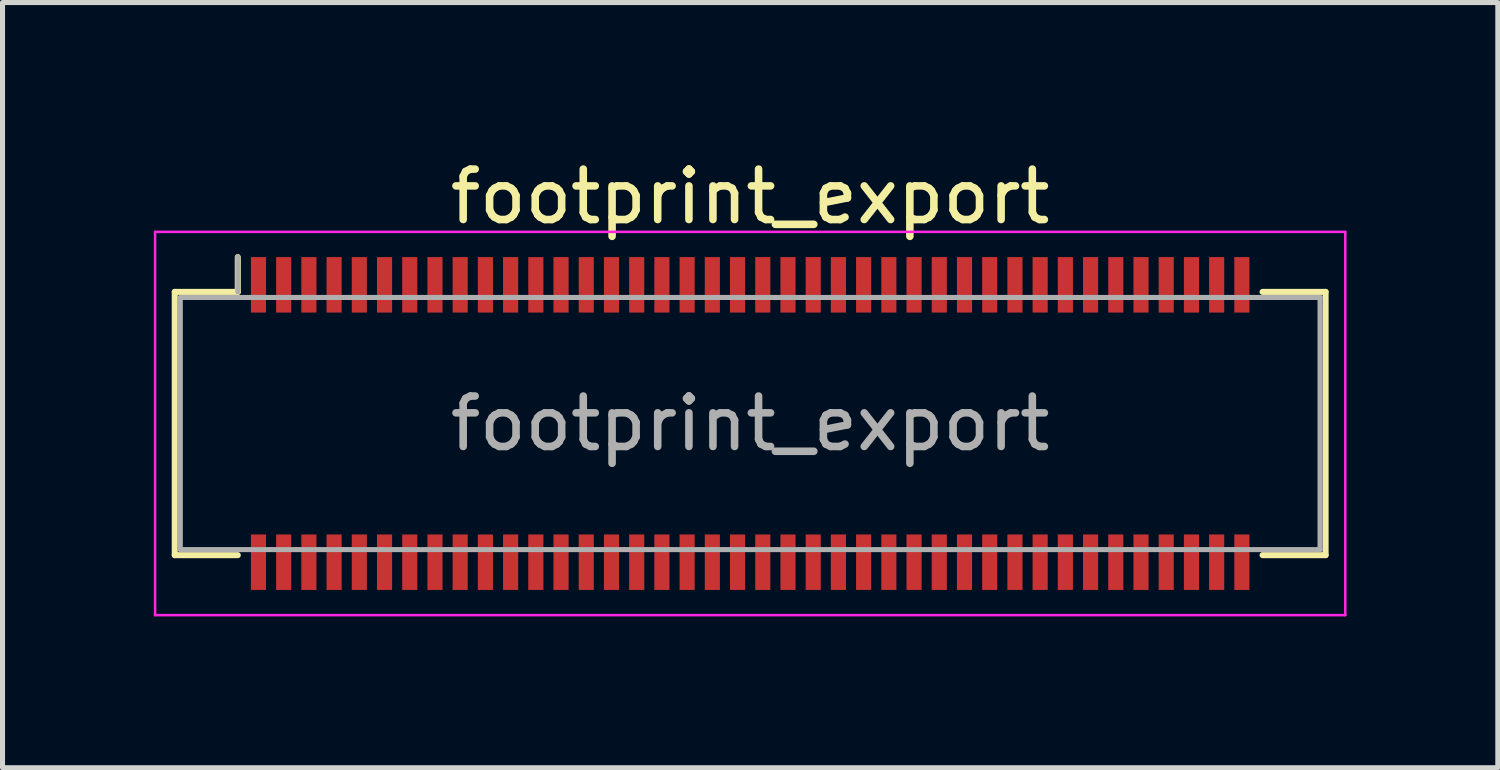
<source format=kicad_pcb>
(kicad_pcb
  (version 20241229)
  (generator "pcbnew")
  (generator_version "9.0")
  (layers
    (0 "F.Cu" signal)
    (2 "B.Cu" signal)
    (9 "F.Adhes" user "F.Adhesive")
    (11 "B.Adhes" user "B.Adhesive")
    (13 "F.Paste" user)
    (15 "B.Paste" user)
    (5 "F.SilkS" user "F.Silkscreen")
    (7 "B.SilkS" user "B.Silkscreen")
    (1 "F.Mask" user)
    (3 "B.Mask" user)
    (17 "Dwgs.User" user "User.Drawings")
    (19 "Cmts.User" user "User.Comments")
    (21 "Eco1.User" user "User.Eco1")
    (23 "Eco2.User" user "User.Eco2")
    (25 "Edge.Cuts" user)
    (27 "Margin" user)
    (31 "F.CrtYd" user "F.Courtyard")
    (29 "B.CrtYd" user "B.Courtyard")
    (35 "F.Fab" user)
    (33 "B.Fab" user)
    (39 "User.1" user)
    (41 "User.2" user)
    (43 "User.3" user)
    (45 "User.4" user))
  (footprint "footprint_export"
    (layer "F.Cu")
    (at 11.825 5.348)
    (property "Reference" "footprint_export" (at 0 -4.5 0) (layer "F.SilkS") (effects (font (size 1 1) (thickness 0.15))))
    (attr smd)
    (fp_line (start -11.41 -2.61) (end -10.16 -2.61) (stroke (width 0.12) (type solid)) (layer "F.SilkS"))
    (fp_line (start -11.41 2.61) (end -11.41 -2.61) (stroke (width 0.12) (type solid)) (layer "F.SilkS"))
    (fp_line (start -10.16 -2.61) (end -10.16 -3.3) (stroke (width 0.12) (type solid)) (layer "F.SilkS"))
    (fp_line (start -10.16 2.61) (end -11.41 2.61) (stroke (width 0.12) (type solid)) (layer "F.SilkS"))
    (fp_line (start 10.16 2.61) (end 11.41 2.61) (stroke (width 0.12) (type solid)) (layer "F.SilkS"))
    (fp_line (start 11.41 -2.61) (end 10.16 -2.61) (stroke (width 0.12) (type solid)) (layer "F.SilkS"))
    (fp_line (start 11.41 2.61) (end 11.41 -2.61) (stroke (width 0.12) (type solid)) (layer "F.SilkS"))
    (fp_line (start -11.8 -3.8) (end -11.8 3.8) (stroke (width 0.05) (type solid)) (layer "F.CrtYd"))
    (fp_line (start -11.8 3.8) (end 11.8 3.8) (stroke (width 0.05) (type solid)) (layer "F.CrtYd"))
    (fp_line (start 11.8 -3.8) (end -11.8 -3.8) (stroke (width 0.05) (type solid)) (layer "F.CrtYd"))
    (fp_line (start 11.8 3.8) (end 11.8 -3.8) (stroke (width 0.05) (type solid)) (layer "F.CrtYd"))
    (fp_line (start -11.3 -2.5) (end -11.3 2.5) (stroke (width 0.1) (type solid)) (layer "F.Fab"))
    (fp_line (start -11.3 2.5) (end 11.3 2.5) (stroke (width 0.1) (type solid)) (layer "F.Fab"))
    (fp_line (start -10.16 -2.61) (end -10.16 -3.3) (stroke (width 0.1) (type solid)) (layer "F.Fab"))
    (fp_line (start 11.3 -2.5) (end -11.3 -2.5) (stroke (width 0.1) (type solid)) (layer "F.Fab"))
    (fp_line (start 11.3 2.5) (end 11.3 -2.5) (stroke (width 0.1) (type solid)) (layer "F.Fab"))
    (fp_text user "${REFERENCE}" (at 0 0 0) (layer "F.Fab") (effects (font (size 1 1) (thickness 0.15))))
    (pad "1" smd rect (at -9.75 -2.75) (size 0.3 1.1) (layers "F.Cu" "F.Mask" "F.Paste"))
    (pad "2" smd rect (at -9.75 2.75) (size 0.3 1.1) (layers "F.Cu" "F.Mask" "F.Paste"))
    (pad "3" smd rect (at -9.25 -2.75) (size 0.3 1.1) (layers "F.Cu" "F.Mask" "F.Paste"))
    (pad "4" smd rect (at -9.25 2.75) (size 0.3 1.1) (layers "F.Cu" "F.Mask" "F.Paste"))
    (pad "5" smd rect (at -8.75 -2.75) (size 0.3 1.1) (layers "F.Cu" "F.Mask" "F.Paste"))
    (pad "6" smd rect (at -8.75 2.75) (size 0.3 1.1) (layers "F.Cu" "F.Mask" "F.Paste"))
    (pad "7" smd rect (at -8.25 -2.75) (size 0.3 1.1) (layers "F.Cu" "F.Mask" "F.Paste"))
    (pad "8" smd rect (at -8.25 2.75) (size 0.3 1.1) (layers "F.Cu" "F.Mask" "F.Paste"))
    (pad "9" smd rect (at -7.75 -2.75) (size 0.3 1.1) (layers "F.Cu" "F.Mask" "F.Paste"))
    (pad "10" smd rect (at -7.75 2.75) (size 0.3 1.1) (layers "F.Cu" "F.Mask" "F.Paste"))
    (pad "11" smd rect (at -7.25 -2.75) (size 0.3 1.1) (layers "F.Cu" "F.Mask" "F.Paste"))
    (pad "12" smd rect (at -7.25 2.75) (size 0.3 1.1) (layers "F.Cu" "F.Mask" "F.Paste"))
    (pad "13" smd rect (at -6.75 -2.75) (size 0.3 1.1) (layers "F.Cu" "F.Mask" "F.Paste"))
    (pad "14" smd rect (at -6.75 2.75) (size 0.3 1.1) (layers "F.Cu" "F.Mask" "F.Paste"))
    (pad "15" smd rect (at -6.25 -2.75) (size 0.3 1.1) (layers "F.Cu" "F.Mask" "F.Paste"))
    (pad "16" smd rect (at -6.25 2.75) (size 0.3 1.1) (layers "F.Cu" "F.Mask" "F.Paste"))
    (pad "17" smd rect (at -5.75 -2.75) (size 0.3 1.1) (layers "F.Cu" "F.Mask" "F.Paste"))
    (pad "18" smd rect (at -5.75 2.75) (size 0.3 1.1) (layers "F.Cu" "F.Mask" "F.Paste"))
    (pad "19" smd rect (at -5.25 -2.75) (size 0.3 1.1) (layers "F.Cu" "F.Mask" "F.Paste"))
    (pad "20" smd rect (at -5.25 2.75) (size 0.3 1.1) (layers "F.Cu" "F.Mask" "F.Paste"))
    (pad "21" smd rect (at -4.75 -2.75) (size 0.3 1.1) (layers "F.Cu" "F.Mask" "F.Paste"))
    (pad "22" smd rect (at -4.75 2.75) (size 0.3 1.1) (layers "F.Cu" "F.Mask" "F.Paste"))
    (pad "23" smd rect (at -4.25 -2.75) (size 0.3 1.1) (layers "F.Cu" "F.Mask" "F.Paste"))
    (pad "24" smd rect (at -4.25 2.75) (size 0.3 1.1) (layers "F.Cu" "F.Mask" "F.Paste"))
    (pad "25" smd rect (at -3.75 -2.75) (size 0.3 1.1) (layers "F.Cu" "F.Mask" "F.Paste"))
    (pad "26" smd rect (at -3.75 2.75) (size 0.3 1.1) (layers "F.Cu" "F.Mask" "F.Paste"))
    (pad "27" smd rect (at -3.25 -2.75) (size 0.3 1.1) (layers "F.Cu" "F.Mask" "F.Paste"))
    (pad "28" smd rect (at -3.25 2.75) (size 0.3 1.1) (layers "F.Cu" "F.Mask" "F.Paste"))
    (pad "29" smd rect (at -2.75 -2.75) (size 0.3 1.1) (layers "F.Cu" "F.Mask" "F.Paste"))
    (pad "30" smd rect (at -2.75 2.75) (size 0.3 1.1) (layers "F.Cu" "F.Mask" "F.Paste"))
    (pad "31" smd rect (at -2.25 -2.75) (size 0.3 1.1) (layers "F.Cu" "F.Mask" "F.Paste"))
    (pad "32" smd rect (at -2.25 2.75) (size 0.3 1.1) (layers "F.Cu" "F.Mask" "F.Paste"))
    (pad "33" smd rect (at -1.75 -2.75) (size 0.3 1.1) (layers "F.Cu" "F.Mask" "F.Paste"))
    (pad "34" smd rect (at -1.75 2.75) (size 0.3 1.1) (layers "F.Cu" "F.Mask" "F.Paste"))
    (pad "35" smd rect (at -1.25 -2.75) (size 0.3 1.1) (layers "F.Cu" "F.Mask" "F.Paste"))
    (pad "36" smd rect (at -1.25 2.75) (size 0.3 1.1) (layers "F.Cu" "F.Mask" "F.Paste"))
    (pad "37" smd rect (at -0.75 -2.75) (size 0.3 1.1) (layers "F.Cu" "F.Mask" "F.Paste"))
    (pad "38" smd rect (at -0.75 2.75) (size 0.3 1.1) (layers "F.Cu" "F.Mask" "F.Paste"))
    (pad "39" smd rect (at -0.25 -2.75) (size 0.3 1.1) (layers "F.Cu" "F.Mask" "F.Paste"))
    (pad "40" smd rect (at -0.25 2.75) (size 0.3 1.1) (layers "F.Cu" "F.Mask" "F.Paste"))
    (pad "41" smd rect (at 0.25 -2.75) (size 0.3 1.1) (layers "F.Cu" "F.Mask" "F.Paste"))
    (pad "42" smd rect (at 0.25 2.75) (size 0.3 1.1) (layers "F.Cu" "F.Mask" "F.Paste"))
    (pad "43" smd rect (at 0.75 -2.75) (size 0.3 1.1) (layers "F.Cu" "F.Mask" "F.Paste"))
    (pad "44" smd rect (at 0.75 2.75) (size 0.3 1.1) (layers "F.Cu" "F.Mask" "F.Paste"))
    (pad "45" smd rect (at 1.25 -2.75) (size 0.3 1.1) (layers "F.Cu" "F.Mask" "F.Paste"))
    (pad "46" smd rect (at 1.25 2.75) (size 0.3 1.1) (layers "F.Cu" "F.Mask" "F.Paste"))
    (pad "47" smd rect (at 1.75 -2.75) (size 0.3 1.1) (layers "F.Cu" "F.Mask" "F.Paste"))
    (pad "48" smd rect (at 1.75 2.75) (size 0.3 1.1) (layers "F.Cu" "F.Mask" "F.Paste"))
    (pad "49" smd rect (at 2.25 -2.75) (size 0.3 1.1) (layers "F.Cu" "F.Mask" "F.Paste"))
    (pad "50" smd rect (at 2.25 2.75) (size 0.3 1.1) (layers "F.Cu" "F.Mask" "F.Paste"))
    (pad "51" smd rect (at 2.75 -2.75) (size 0.3 1.1) (layers "F.Cu" "F.Mask" "F.Paste"))
    (pad "52" smd rect (at 2.75 2.75) (size 0.3 1.1) (layers "F.Cu" "F.Mask" "F.Paste"))
    (pad "53" smd rect (at 3.25 -2.75) (size 0.3 1.1) (layers "F.Cu" "F.Mask" "F.Paste"))
    (pad "54" smd rect (at 3.25 2.75) (size 0.3 1.1) (layers "F.Cu" "F.Mask" "F.Paste"))
    (pad "55" smd rect (at 3.75 -2.75) (size 0.3 1.1) (layers "F.Cu" "F.Mask" "F.Paste"))
    (pad "56" smd rect (at 3.75 2.75) (size 0.3 1.1) (layers "F.Cu" "F.Mask" "F.Paste"))
    (pad "57" smd rect (at 4.25 -2.75) (size 0.3 1.1) (layers "F.Cu" "F.Mask" "F.Paste"))
    (pad "58" smd rect (at 4.25 2.75) (size 0.3 1.1) (layers "F.Cu" "F.Mask" "F.Paste"))
    (pad "59" smd rect (at 4.75 -2.75) (size 0.3 1.1) (layers "F.Cu" "F.Mask" "F.Paste"))
    (pad "60" smd rect (at 4.75 2.75) (size 0.3 1.1) (layers "F.Cu" "F.Mask" "F.Paste"))
    (pad "61" smd rect (at 5.25 -2.75) (size 0.3 1.1) (layers "F.Cu" "F.Mask" "F.Paste"))
    (pad "62" smd rect (at 5.25 2.75) (size 0.3 1.1) (layers "F.Cu" "F.Mask" "F.Paste"))
    (pad "63" smd rect (at 5.75 -2.75) (size 0.3 1.1) (layers "F.Cu" "F.Mask" "F.Paste"))
    (pad "64" smd rect (at 5.75 2.75) (size 0.3 1.1) (layers "F.Cu" "F.Mask" "F.Paste"))
    (pad "65" smd rect (at 6.25 -2.75) (size 0.3 1.1) (layers "F.Cu" "F.Mask" "F.Paste"))
    (pad "66" smd rect (at 6.25 2.75) (size 0.3 1.1) (layers "F.Cu" "F.Mask" "F.Paste"))
    (pad "67" smd rect (at 6.75 -2.75) (size 0.3 1.1) (layers "F.Cu" "F.Mask" "F.Paste"))
    (pad "68" smd rect (at 6.75 2.75) (size 0.3 1.1) (layers "F.Cu" "F.Mask" "F.Paste"))
    (pad "69" smd rect (at 7.25 -2.75) (size 0.3 1.1) (layers "F.Cu" "F.Mask" "F.Paste"))
    (pad "70" smd rect (at 7.25 2.75) (size 0.3 1.1) (layers "F.Cu" "F.Mask" "F.Paste"))
    (pad "71" smd rect (at 7.75 -2.75) (size 0.3 1.1) (layers "F.Cu" "F.Mask" "F.Paste"))
    (pad "72" smd rect (at 7.75 2.75) (size 0.3 1.1) (layers "F.Cu" "F.Mask" "F.Paste"))
    (pad "73" smd rect (at 8.25 -2.75) (size 0.3 1.1) (layers "F.Cu" "F.Mask" "F.Paste"))
    (pad "74" smd rect (at 8.25 2.75) (size 0.3 1.1) (layers "F.Cu" "F.Mask" "F.Paste"))
    (pad "75" smd rect (at 8.75 -2.75) (size 0.3 1.1) (layers "F.Cu" "F.Mask" "F.Paste"))
    (pad "76" smd rect (at 8.75 2.75) (size 0.3 1.1) (layers "F.Cu" "F.Mask" "F.Paste"))
    (pad "77" smd rect (at 9.25 -2.75) (size 0.3 1.1) (layers "F.Cu" "F.Mask" "F.Paste"))
    (pad "78" smd rect (at 9.25 2.75) (size 0.3 1.1) (layers "F.Cu" "F.Mask" "F.Paste"))
    (pad "79" smd rect (at 9.75 -2.75) (size 0.3 1.1) (layers "F.Cu" "F.Mask" "F.Paste"))
    (pad "80" smd rect (at 9.75 2.75) (size 0.3 1.1) (layers "F.Cu" "F.Mask" "F.Paste")))
  (gr_rect
    (start -3 -3)
    (end 26.65 12.173)
    (stroke (width 0.1) (type default))
    (fill no)
    (layer "Edge.Cuts")))
</source>
